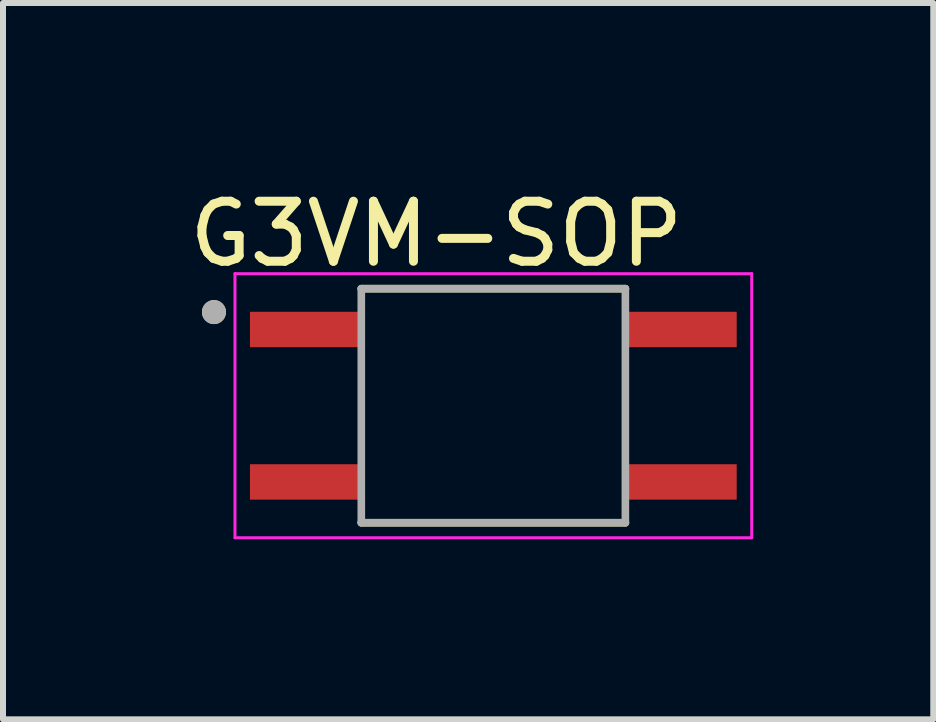
<source format=kicad_pcb>
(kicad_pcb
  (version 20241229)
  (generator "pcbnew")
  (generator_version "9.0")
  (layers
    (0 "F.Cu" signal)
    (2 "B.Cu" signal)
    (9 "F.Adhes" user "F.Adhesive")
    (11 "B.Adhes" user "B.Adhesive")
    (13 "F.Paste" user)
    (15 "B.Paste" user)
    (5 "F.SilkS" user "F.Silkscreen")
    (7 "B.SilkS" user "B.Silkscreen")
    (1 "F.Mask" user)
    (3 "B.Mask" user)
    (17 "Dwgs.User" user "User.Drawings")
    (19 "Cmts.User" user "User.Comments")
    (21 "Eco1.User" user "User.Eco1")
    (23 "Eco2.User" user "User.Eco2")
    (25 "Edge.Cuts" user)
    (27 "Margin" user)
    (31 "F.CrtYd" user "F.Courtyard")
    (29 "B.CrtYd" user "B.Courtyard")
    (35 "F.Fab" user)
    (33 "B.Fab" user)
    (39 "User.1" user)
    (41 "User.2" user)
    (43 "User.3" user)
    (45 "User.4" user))
  (footprint "G3VM-SOP"
    (layer "F.Cu")
    (at 5.17 3.71)
    (property "Reference" "G3VM-SOP" (at -0.95 -2.862 0) (layer "F.SilkS") (effects (font (size 1 1) (thickness 0.15))))
    (attr through_hole)
    (fp_line (start -2.2 -1.95) (end 2.2 -1.95) (stroke (width 0.127) (type solid)) (layer "F.SilkS"))
    (fp_line (start -2.2 1.95) (end 2.2 1.95) (stroke (width 0.127) (type solid)) (layer "F.SilkS"))
    (fp_circle (center -4.655 -1.56) (end -4.555 -1.56) (stroke (width 0.2) (type solid)) (fill no) (layer "F.SilkS"))
    (fp_line (start -4.305 -2.2) (end -4.305 2.2) (stroke (width 0.05) (type solid)) (layer "F.CrtYd"))
    (fp_line (start -4.305 -2.2) (end 4.305 -2.2) (stroke (width 0.05) (type solid)) (layer "F.CrtYd"))
    (fp_line (start -4.305 2.2) (end 4.305 2.2) (stroke (width 0.05) (type solid)) (layer "F.CrtYd"))
    (fp_line (start 4.305 -2.2) (end 4.305 2.2) (stroke (width 0.05) (type solid)) (layer "F.CrtYd"))
    (fp_line (start -2.2 -1.95) (end -2.2 1.95) (stroke (width 0.127) (type solid)) (layer "F.Fab"))
    (fp_line (start -2.2 -1.95) (end 2.2 -1.95) (stroke (width 0.127) (type solid)) (layer "F.Fab"))
    (fp_line (start -2.2 1.95) (end 2.2 1.95) (stroke (width 0.127) (type solid)) (layer "F.Fab"))
    (fp_line (start 2.2 -1.95) (end 2.2 1.95) (stroke (width 0.127) (type solid)) (layer "F.Fab"))
    (fp_circle (center -4.655 -1.56) (end -4.555 -1.56) (stroke (width 0.2) (type solid)) (fill no) (layer "F.Fab"))
    (pad "1" smd rect (at -3.155 -1.27) (size 1.8 0.59) (layers "F.Cu" "F.Mask" "F.Paste"))
    (pad "2" smd rect (at -3.155 1.27) (size 1.8 0.59) (layers "F.Cu" "F.Mask" "F.Paste"))
    (pad "3" smd rect (at 3.155 1.27) (size 1.8 0.59) (layers "F.Cu" "F.Mask" "F.Paste"))
    (pad "4" smd rect (at 3.155 -1.27) (size 1.8 0.59) (layers "F.Cu" "F.Mask" "F.Paste")))
  (gr_rect
    (start -3 -3)
    (end 12.5 8.935)
    (stroke (width 0.1) (type default))
    (fill no)
    (layer "Edge.Cuts")))
</source>
